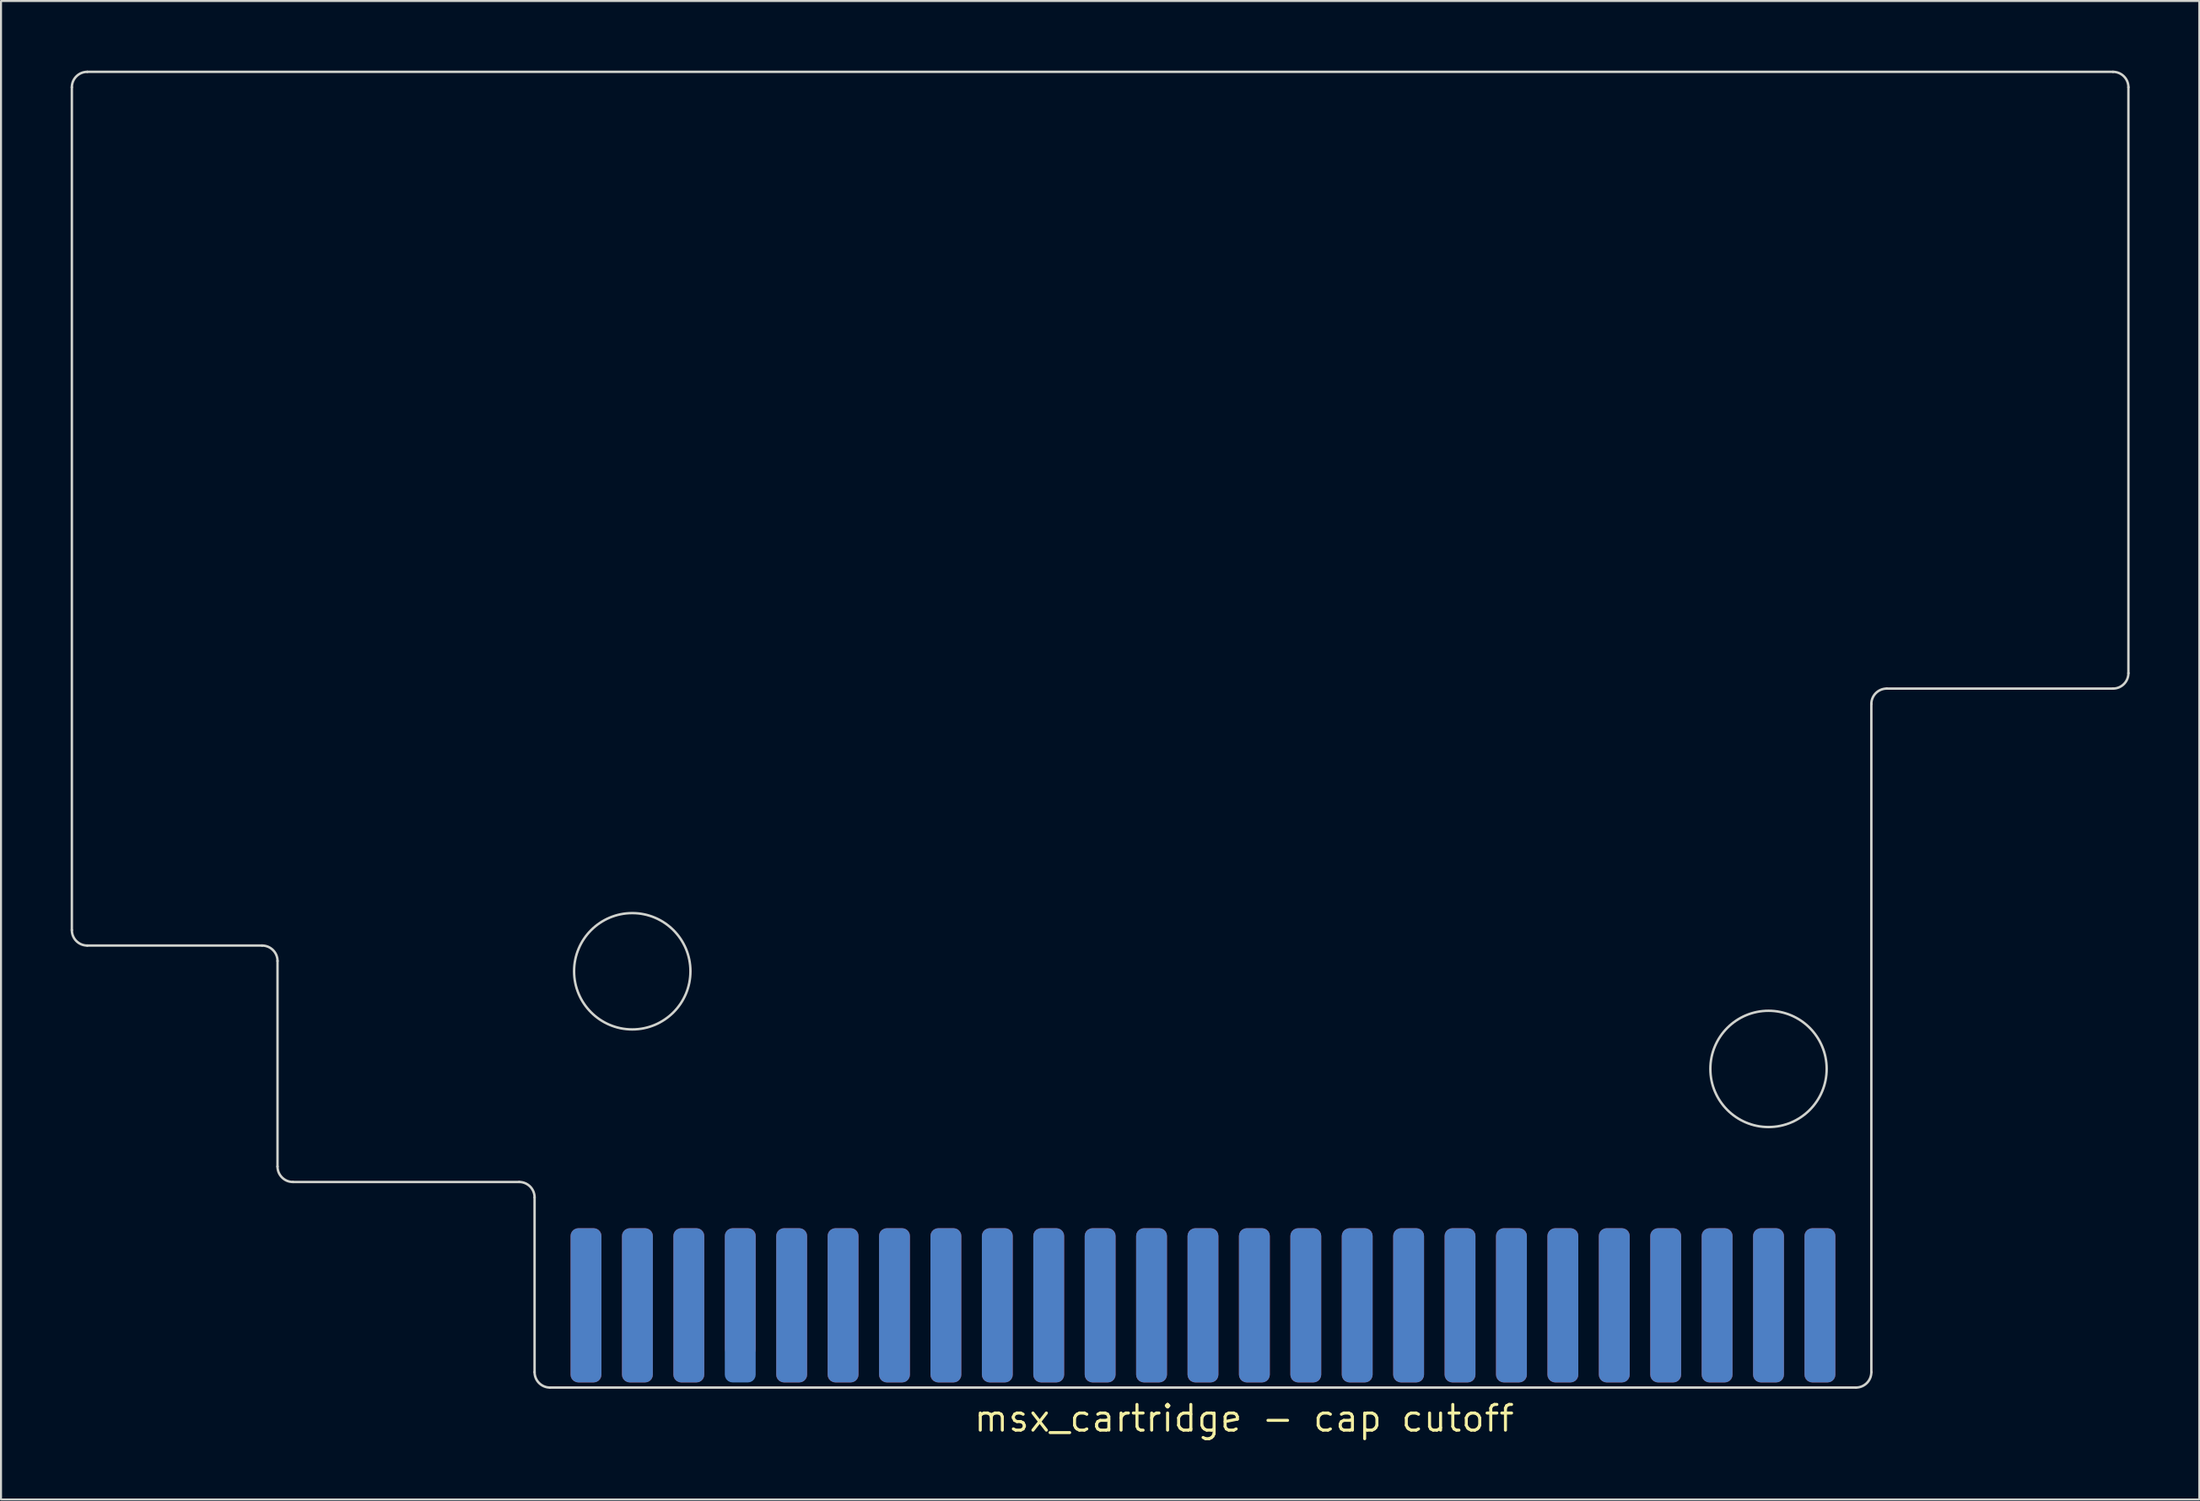
<source format=kicad_pcb>
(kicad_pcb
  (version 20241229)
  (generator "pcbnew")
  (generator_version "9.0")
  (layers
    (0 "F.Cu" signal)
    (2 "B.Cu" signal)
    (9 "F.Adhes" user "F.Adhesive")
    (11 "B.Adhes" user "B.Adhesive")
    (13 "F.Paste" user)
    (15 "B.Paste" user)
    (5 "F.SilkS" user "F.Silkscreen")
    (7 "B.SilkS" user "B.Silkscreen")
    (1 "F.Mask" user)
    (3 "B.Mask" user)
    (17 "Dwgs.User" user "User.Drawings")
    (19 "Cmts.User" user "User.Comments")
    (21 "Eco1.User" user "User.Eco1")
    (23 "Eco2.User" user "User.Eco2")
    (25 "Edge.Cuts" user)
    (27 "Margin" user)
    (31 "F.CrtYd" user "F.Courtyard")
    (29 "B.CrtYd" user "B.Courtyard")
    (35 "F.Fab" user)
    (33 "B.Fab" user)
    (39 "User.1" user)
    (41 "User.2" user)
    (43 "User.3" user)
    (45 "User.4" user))
  (footprint "msx_cartridge - cap cutoff"
    (layer "F.Cu")
    (at 56.38 61.46)
    (property "Reference" "msx_cartridge - cap cutoff" (at 2.032 5.588 0) (layer "F.SilkS") (effects (font (size 1.27 1.27) (thickness 0.15))))
    (attr through_hole)
    (fp_line (start -55.88 -18.542) (end -55.88 -60.198) (stroke (width 1) (type solid)) (layer "F.Mask"))
    (fp_line (start -55.118 -60.96) (end 44.958 -60.96) (stroke (width 1) (type solid)) (layer "F.Mask"))
    (fp_line (start -46.482 -17.78) (end -55.118 -17.78) (stroke (width 1) (type solid)) (layer "F.Mask"))
    (fp_line (start -45.72 -6.858) (end -45.72 -17.018) (stroke (width 1) (type solid)) (layer "F.Mask"))
    (fp_line (start -33.782 -6.096) (end -44.958 -6.096) (stroke (width 1) (type solid)) (layer "F.Mask"))
    (fp_line (start -33.02 -5.334) (end -33.02 3.302) (stroke (width 1) (type solid)) (layer "F.Mask"))
    (fp_line (start 32.258 4.064) (end -32.258 4.064) (stroke (width 1) (type solid)) (layer "F.Mask"))
    (fp_line (start 33.02 -29.718) (end 33.02 3.302) (stroke (width 1) (type solid)) (layer "F.Mask"))
    (fp_line (start 44.958 -30.48) (end 33.782 -30.48) (stroke (width 1) (type solid)) (layer "F.Mask"))
    (fp_line (start 45.72 -60.198) (end 45.72 -31.242) (stroke (width 1) (type solid)) (layer "F.Mask"))
    (fp_rect (start -33.782 -6.096) (end 33.782 4.064) (stroke (width 0.12) (type solid)) (fill yes) (layer "F.Mask"))
    (fp_arc (start -55.88 -60.198) (mid -55.656815 -60.736815) (end -55.118 -60.96) (stroke (width 1) (type solid)) (layer "F.Mask"))
    (fp_arc (start -55.118 -17.78) (mid -55.656815 -18.003185) (end -55.88 -18.542) (stroke (width 1) (type solid)) (layer "F.Mask"))
    (fp_arc (start -46.482 -17.78) (mid -45.943185 -17.556815) (end -45.72 -17.018) (stroke (width 1) (type solid)) (layer "F.Mask"))
    (fp_arc (start -44.958 -6.096) (mid -45.496815 -6.319185) (end -45.72 -6.858) (stroke (width 1) (type solid)) (layer "F.Mask"))
    (fp_arc (start -33.782 -6.096) (mid -33.243185 -5.872815) (end -33.02 -5.334) (stroke (width 1) (type solid)) (layer "F.Mask"))
    (fp_arc (start -32.258 4.064) (mid -32.796815 3.840815) (end -33.02 3.302) (stroke (width 1) (type solid)) (layer "F.Mask"))
    (fp_arc (start 33.02 -29.718) (mid 33.243185 -30.256815) (end 33.782 -30.48) (stroke (width 1) (type solid)) (layer "F.Mask"))
    (fp_arc (start 33.02 3.302) (mid 32.796815 3.840815) (end 32.258 4.064) (stroke (width 1) (type solid)) (layer "F.Mask"))
    (fp_arc (start 44.958 -60.96) (mid 45.496815 -60.736815) (end 45.72 -60.198) (stroke (width 1) (type solid)) (layer "F.Mask"))
    (fp_arc (start 45.72 -31.242) (mid 45.496815 -30.703185) (end 44.958 -30.48) (stroke (width 1) (type solid)) (layer "F.Mask"))
    (fp_circle (center -28.194 -16.51) (end -25.32 -16.51) (stroke (width 1) (type solid)) (fill no) (layer "F.Mask"))
    (fp_circle (center 27.94 -11.684) (end 30.813 -11.684) (stroke (width 1) (type solid)) (fill no) (layer "F.Mask"))
    (fp_line (start -55.88 -18.542) (end -55.88 -60.198) (stroke (width 1) (type solid)) (layer "B.Mask"))
    (fp_line (start -55.118 -60.96) (end 44.958 -60.96) (stroke (width 1) (type solid)) (layer "B.Mask"))
    (fp_line (start -46.482 -17.78) (end -55.118 -17.78) (stroke (width 1) (type solid)) (layer "B.Mask"))
    (fp_line (start -45.72 -6.858) (end -45.72 -17.018) (stroke (width 1) (type solid)) (layer "B.Mask"))
    (fp_line (start -33.782 -6.096) (end -44.958 -6.096) (stroke (width 1) (type solid)) (layer "B.Mask"))
    (fp_line (start -33.02 -5.334) (end -33.02 3.302) (stroke (width 1) (type solid)) (layer "B.Mask"))
    (fp_line (start 32.258 4.064) (end -32.258 4.064) (stroke (width 1) (type solid)) (layer "B.Mask"))
    (fp_line (start 33.02 -29.718) (end 33.02 3.302) (stroke (width 1) (type solid)) (layer "B.Mask"))
    (fp_line (start 44.958 -30.48) (end 33.782 -30.48) (stroke (width 1) (type solid)) (layer "B.Mask"))
    (fp_line (start 45.72 -60.198) (end 45.72 -31.242) (stroke (width 1) (type solid)) (layer "B.Mask"))
    (fp_rect (start -33.782 -6.096) (end 33.782 4.064) (stroke (width 0.12) (type solid)) (fill yes) (layer "B.Mask"))
    (fp_arc (start -55.88 -60.198) (mid -55.656815 -60.736815) (end -55.118 -60.96) (stroke (width 1) (type solid)) (layer "B.Mask"))
    (fp_arc (start -55.118 -17.78) (mid -55.656815 -18.003185) (end -55.88 -18.542) (stroke (width 1) (type solid)) (layer "B.Mask"))
    (fp_arc (start -46.482 -17.78) (mid -45.943185 -17.556815) (end -45.72 -17.018) (stroke (width 1) (type solid)) (layer "B.Mask"))
    (fp_arc (start -44.958 -6.096) (mid -45.496815 -6.319185) (end -45.72 -6.858) (stroke (width 1) (type solid)) (layer "B.Mask"))
    (fp_arc (start -33.782 -6.096) (mid -33.243185 -5.872815) (end -33.02 -5.334) (stroke (width 1) (type solid)) (layer "B.Mask"))
    (fp_arc (start -32.258 4.064) (mid -32.796815 3.840815) (end -33.02 3.302) (stroke (width 1) (type solid)) (layer "B.Mask"))
    (fp_arc (start 33.02 -29.718) (mid 33.243185 -30.256815) (end 33.782 -30.48) (stroke (width 1) (type solid)) (layer "B.Mask"))
    (fp_arc (start 33.02 3.302) (mid 32.796815 3.840815) (end 32.258 4.064) (stroke (width 1) (type solid)) (layer "B.Mask"))
    (fp_arc (start 44.958 -60.96) (mid 45.496815 -60.736815) (end 45.72 -60.198) (stroke (width 1) (type solid)) (layer "B.Mask"))
    (fp_arc (start 45.72 -31.242) (mid 45.496815 -30.703185) (end 44.958 -30.48) (stroke (width 1) (type solid)) (layer "B.Mask"))
    (fp_circle (center -28.194 -16.51) (end -25.32 -16.51) (stroke (width 1) (type solid)) (fill no) (layer "B.Mask"))
    (fp_circle (center 27.94 -11.684) (end 30.813 -11.684) (stroke (width 1) (type solid)) (fill no) (layer "B.Mask"))
    (fp_line (start -55.88 -18.542) (end -55.88 -60.198) (stroke (width 0.12) (type solid)) (layer "Edge.Cuts"))
    (fp_line (start -55.118 -60.96) (end 44.958 -60.96) (stroke (width 0.12) (type solid)) (layer "Edge.Cuts"))
    (fp_line (start -46.482 -17.78) (end -55.118 -17.78) (stroke (width 0.12) (type solid)) (layer "Edge.Cuts"))
    (fp_line (start -45.72 -6.858) (end -45.72 -17.018) (stroke (width 0.12) (type solid)) (layer "Edge.Cuts"))
    (fp_line (start -33.782 -6.096) (end -44.958 -6.096) (stroke (width 0.12) (type solid)) (layer "Edge.Cuts"))
    (fp_line (start -33.02 -5.334) (end -33.02 3.302) (stroke (width 0.12) (type solid)) (layer "Edge.Cuts"))
    (fp_line (start 32.258 4.064) (end -32.258 4.064) (stroke (width 0.12) (type solid)) (layer "Edge.Cuts"))
    (fp_line (start 33.02 -29.718) (end 33.02 3.302) (stroke (width 0.12) (type solid)) (layer "Edge.Cuts"))
    (fp_line (start 44.958 -30.48) (end 33.782 -30.48) (stroke (width 0.12) (type solid)) (layer "Edge.Cuts"))
    (fp_line (start 45.72 -60.198) (end 45.72 -31.242) (stroke (width 0.12) (type solid)) (layer "Edge.Cuts"))
    (fp_arc (start -55.88 -60.198) (mid -55.656815 -60.736815) (end -55.118 -60.96) (stroke (width 0.12) (type solid)) (layer "Edge.Cuts"))
    (fp_arc (start -55.118 -17.78) (mid -55.656815 -18.003185) (end -55.88 -18.542) (stroke (width 0.12) (type solid)) (layer "Edge.Cuts"))
    (fp_arc (start -46.482 -17.78) (mid -45.943185 -17.556815) (end -45.72 -17.018) (stroke (width 0.12) (type solid)) (layer "Edge.Cuts"))
    (fp_arc (start -44.958 -6.096) (mid -45.496815 -6.319185) (end -45.72 -6.858) (stroke (width 0.12) (type solid)) (layer "Edge.Cuts"))
    (fp_arc (start -33.782 -6.096) (mid -33.243185 -5.872815) (end -33.02 -5.334) (stroke (width 0.12) (type solid)) (layer "Edge.Cuts"))
    (fp_arc (start -32.258 4.064) (mid -32.796815 3.840815) (end -33.02 3.302) (stroke (width 0.12) (type solid)) (layer "Edge.Cuts"))
    (fp_arc (start 33.02 -29.718) (mid 33.243185 -30.256815) (end 33.782 -30.48) (stroke (width 0.12) (type solid)) (layer "Edge.Cuts"))
    (fp_arc (start 33.02 3.302) (mid 32.796815 3.840815) (end 32.258 4.064) (stroke (width 0.12) (type solid)) (layer "Edge.Cuts"))
    (fp_arc (start 44.958 -60.96) (mid 45.496815 -60.736815) (end 45.72 -60.198) (stroke (width 0.12) (type solid)) (layer "Edge.Cuts"))
    (fp_arc (start 45.72 -31.242) (mid 45.496815 -30.703185) (end 44.958 -30.48) (stroke (width 0.12) (type solid)) (layer "Edge.Cuts"))
    (fp_circle (center -28.194 -16.51) (end -25.32 -16.51) (stroke (width 0.12) (type solid)) (fill no) (layer "Edge.Cuts"))
    (fp_circle (center 27.94 -11.684) (end 30.813 -11.684) (stroke (width 0.12) (type solid)) (fill no) (layer "Edge.Cuts"))
    (fp_line (start -5.08 -60.96) (end -5.08 -6.096) (stroke (width 0.12) (type solid)) (layer "User.6"))
    (pad "1" connect roundrect (at 30.48 0) (size 1.524 7.62) (layers "B.Cu" "B.Mask") (roundrect_rratio 0.25))
    (pad "2" connect roundrect (at 30.48 0) (size 1.524 7.62) (layers "F.Cu" "F.Mask") (roundrect_rratio 0.25))
    (pad "3" connect roundrect (at 27.94 0) (size 1.524 7.62) (layers "B.Cu" "B.Mask") (roundrect_rratio 0.25))
    (pad "4" connect roundrect (at 27.94 0) (size 1.524 7.62) (layers "F.Cu" "F.Mask") (roundrect_rratio 0.25))
    (pad "5" connect roundrect (at 25.4 0) (size 1.524 7.62) (layers "B.Cu" "B.Mask") (roundrect_rratio 0.25))
    (pad "6" connect roundrect (at 25.4 0) (size 1.524 7.62) (layers "F.Cu" "F.Mask") (roundrect_rratio 0.25))
    (pad "7" connect roundrect (at 22.86 0) (size 1.524 7.62) (layers "B.Cu" "B.Mask") (roundrect_rratio 0.25))
    (pad "8" connect roundrect (at 22.86 0) (size 1.524 7.62) (layers "F.Cu" "F.Mask") (roundrect_rratio 0.25))
    (pad "9" connect roundrect (at 20.32 0) (size 1.524 7.62) (layers "B.Cu" "B.Mask") (roundrect_rratio 0.25))
    (pad "10" connect roundrect (at 20.32 0) (size 1.524 7.62) (layers "F.Cu" "F.Mask") (roundrect_rratio 0.25))
    (pad "11" connect roundrect (at 17.78 0) (size 1.524 7.62) (layers "B.Cu" "B.Mask") (roundrect_rratio 0.25))
    (pad "12" connect roundrect (at 17.78 0) (size 1.524 7.62) (layers "F.Cu" "F.Mask") (roundrect_rratio 0.25))
    (pad "13" connect roundrect (at 15.24 0) (size 1.524 7.62) (layers "B.Cu" "B.Mask") (roundrect_rratio 0.25))
    (pad "14" connect roundrect (at 15.24 0) (size 1.524 7.62) (layers "F.Cu" "F.Mask") (roundrect_rratio 0.25))
    (pad "15" connect roundrect (at 12.7 0) (size 1.524 7.62) (layers "B.Cu" "B.Mask") (roundrect_rratio 0.25))
    (pad "16" connect roundrect (at 12.7 0) (size 1.524 7.62) (layers "F.Cu" "F.Mask") (roundrect_rratio 0.25))
    (pad "17" connect roundrect (at 10.16 0) (size 1.524 7.62) (layers "B.Cu" "B.Mask") (roundrect_rratio 0.25))
    (pad "18" connect roundrect (at 10.16 0) (size 1.524 7.62) (layers "F.Cu" "F.Mask") (roundrect_rratio 0.25))
    (pad "19" connect roundrect (at 7.62 0) (size 1.524 7.62) (layers "B.Cu" "B.Mask") (roundrect_rratio 0.25))
    (pad "20" connect roundrect (at 7.62 0) (size 1.524 7.62) (layers "F.Cu" "F.Mask") (roundrect_rratio 0.25))
    (pad "21" connect roundrect (at 5.08 0) (size 1.524 7.62) (layers "B.Cu" "B.Mask") (roundrect_rratio 0.25))
    (pad "22" connect roundrect (at 5.08 0) (size 1.524 7.62) (layers "F.Cu" "F.Mask") (roundrect_rratio 0.25))
    (pad "23" connect roundrect (at 2.54 0) (size 1.524 7.62) (layers "B.Cu" "B.Mask") (roundrect_rratio 0.25))
    (pad "24" connect roundrect (at 2.54 0) (size 1.524 7.62) (layers "F.Cu" "F.Mask") (roundrect_rratio 0.25))
    (pad "25" connect roundrect (at 0 0) (size 1.524 7.62) (layers "B.Cu" "B.Mask") (roundrect_rratio 0.25))
    (pad "26" connect roundrect (at 0 0) (size 1.524 7.62) (layers "F.Cu" "F.Mask") (roundrect_rratio 0.25))
    (pad "27" connect roundrect (at -2.54 0) (size 1.524 7.62) (layers "B.Cu" "B.Mask") (roundrect_rratio 0.25))
    (pad "28" connect roundrect (at -2.54 0) (size 1.524 7.62) (layers "F.Cu" "F.Mask") (roundrect_rratio 0.25))
    (pad "29" connect roundrect (at -5.08 0) (size 1.524 7.62) (layers "B.Cu" "B.Mask") (roundrect_rratio 0.25))
    (pad "30" connect roundrect (at -5.08 0) (size 1.524 7.62) (layers "F.Cu" "F.Mask") (roundrect_rratio 0.25))
    (pad "31" connect roundrect (at -7.62 0) (size 1.524 7.62) (layers "B.Cu" "B.Mask") (roundrect_rratio 0.25))
    (pad "32" connect roundrect (at -7.62 0) (size 1.524 7.62) (layers "F.Cu" "F.Mask") (roundrect_rratio 0.25))
    (pad "33" connect roundrect (at -10.16 0) (size 1.524 7.62) (layers "B.Cu" "B.Mask") (roundrect_rratio 0.25))
    (pad "34" connect roundrect (at -10.16 0) (size 1.524 7.62) (layers "F.Cu" "F.Mask") (roundrect_rratio 0.25))
    (pad "35" connect roundrect (at -12.7 0) (size 1.524 7.62) (layers "B.Cu" "B.Mask") (roundrect_rratio 0.25))
    (pad "36" connect roundrect (at -12.7 0) (size 1.524 7.62) (layers "F.Cu" "F.Mask") (roundrect_rratio 0.25))
    (pad "37" connect roundrect (at -15.24 0) (size 1.524 7.62) (layers "B.Cu" "B.Mask") (roundrect_rratio 0.25))
    (pad "38" connect roundrect (at -15.24 0) (size 1.524 7.62) (layers "F.Cu" "F.Mask") (roundrect_rratio 0.25))
    (pad "39" connect roundrect (at -17.78 0) (size 1.524 7.62) (layers "B.Cu" "B.Mask") (roundrect_rratio 0.25))
    (pad "40" connect roundrect (at -17.78 0) (size 1.524 7.62) (layers "F.Cu" "F.Mask") (roundrect_rratio 0.25))
    (pad "41" connect roundrect (at -20.32 0) (size 1.524 7.62) (layers "B.Cu" "B.Mask") (roundrect_rratio 0.25))
    (pad "42" connect roundrect (at -20.32 0) (size 1.524 7.62) (layers "F.Cu" "F.Mask") (roundrect_rratio 0.25))
    (pad "43" connect roundrect (at -22.86 0) (size 1.524 7.62) (layers "B.Cu" "B.Mask") (roundrect_rratio 0.25))
    (pad "44" connect roundrect (at -22.855 -0.635) (size 1.524 6.35) (layers "F.Cu" "F.Mask") (roundrect_rratio 0.25))
    (pad "45" connect roundrect (at -25.4 0) (size 1.524 7.62) (layers "B.Cu" "B.Mask") (roundrect_rratio 0.25))
    (pad "46" connect roundrect (at -25.4 0) (size 1.524 7.62) (layers "F.Cu" "F.Mask") (roundrect_rratio 0.25))
    (pad "47" connect roundrect (at -27.94 0) (size 1.524 7.62) (layers "B.Cu" "B.Mask") (roundrect_rratio 0.25))
    (pad "48" connect roundrect (at -27.94 0) (size 1.524 7.62) (layers "F.Cu" "F.Mask") (roundrect_rratio 0.25))
    (pad "49" connect roundrect (at -30.48 0) (size 1.524 7.62) (layers "B.Cu" "B.Mask") (roundrect_rratio 0.25))
    (pad "50" connect roundrect (at -30.48 0) (size 1.524 7.62) (layers "F.Cu" "F.Mask") (roundrect_rratio 0.25)))
  (gr_rect
    (start -3 -3)
    (end 105.6 71.054)
    (stroke (width 0.1) (type default))
    (fill no)
    (layer "Edge.Cuts")))
</source>
